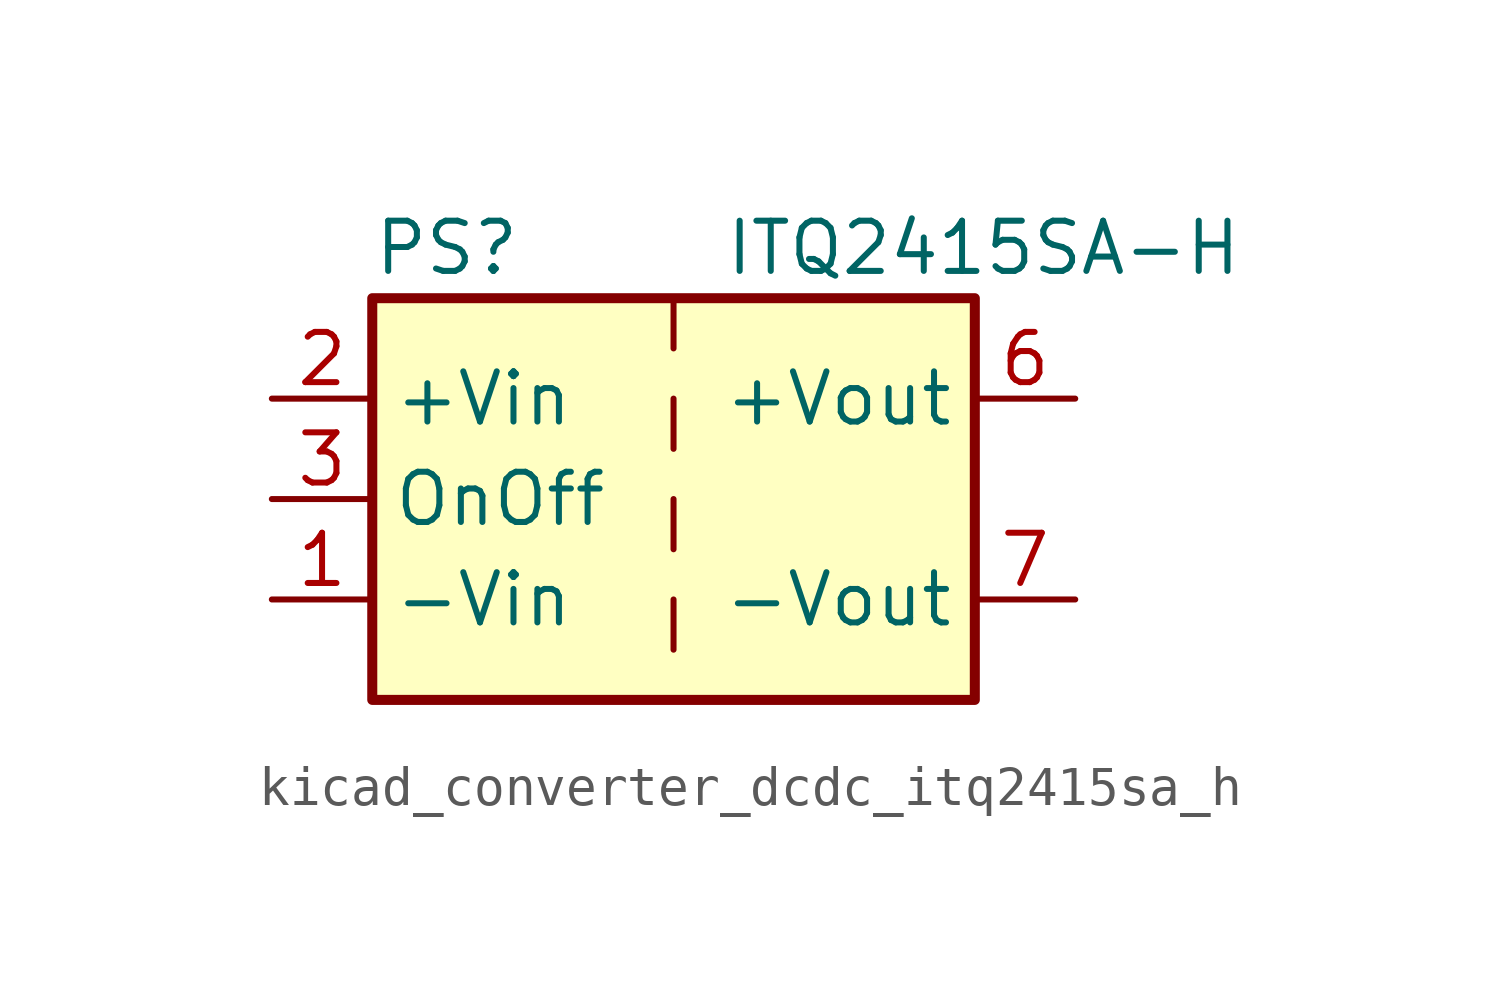
<source format=kicad_sym>
(kicad_symbol_lib
  (version 20220914)
  (generator kicad_symbol_editor)
  (symbol "kicad_converter_dcdc_itq2415sa_h"
    (property "Reference" "PS"
      (at -7.62 6.35 0)
      (effects (font (size 1.27 1.27)) (justify left)))
    (property "Value" "ITQ2415SA-H"
      (at 1.27 6.35 0)
      (effects (font (size 1.27 1.27)) (justify left)))
    (symbol "kicad_converter_dcdc_itq2415sa_h_0_0"
      (pin power_in line (at -10.16 -2.54 0) (length 2.54) (name "-Vin" (effects (font (size 1.27 1.27)))) (number "1" (effects (font (size 1.27 1.27)))))
      (pin power_in line (at -10.16 2.54 0) (length 2.54) (name "+Vin" (effects (font (size 1.27 1.27)))) (number "2" (effects (font (size 1.27 1.27)))))
      (pin input line (at -10.16 0 0) (length 2.54) (name "OnOff" (effects (font (size 1.27 1.27)))) (number "3" (effects (font (size 1.27 1.27)))))
      (pin power_out line (at 10.16 2.54 180) (length 2.54) (name "+Vout" (effects (font (size 1.27 1.27)))) (number "6" (effects (font (size 1.27 1.27)))))
      (pin power_out line (at 10.16 -2.54 180) (length 2.54) (name "-Vout" (effects (font (size 1.27 1.27)))) (number "7" (effects (font (size 1.27 1.27)))))
      (pin no_connect line (at 7.62 0 180) (length 2.54) hide (name "NC" (effects (font (size 1.27 1.27)))) (number "8" (effects (font (size 1.27 1.27))))))
    (symbol "kicad_converter_dcdc_itq2415sa_h_0_1"
      (rectangle (start -7.62 5.08) (end 7.62 -5.08) (stroke (width 0.254) (type default)) (fill (type background)))
      (polyline (pts (xy 0 -2.54) (xy 0 -3.81)) (stroke (width 0) (type default)) (fill (type none)))
      (polyline (pts (xy 0 0) (xy 0 -1.27)) (stroke (width 0) (type default)) (fill (type none)))
      (polyline (pts (xy 0 2.54) (xy 0 1.27)) (stroke (width 0) (type default)) (fill (type none)))
      (polyline (pts (xy 0 5.08) (xy 0 3.81)) (stroke (width 0) (type default)) (fill (type none))))))
</source>
